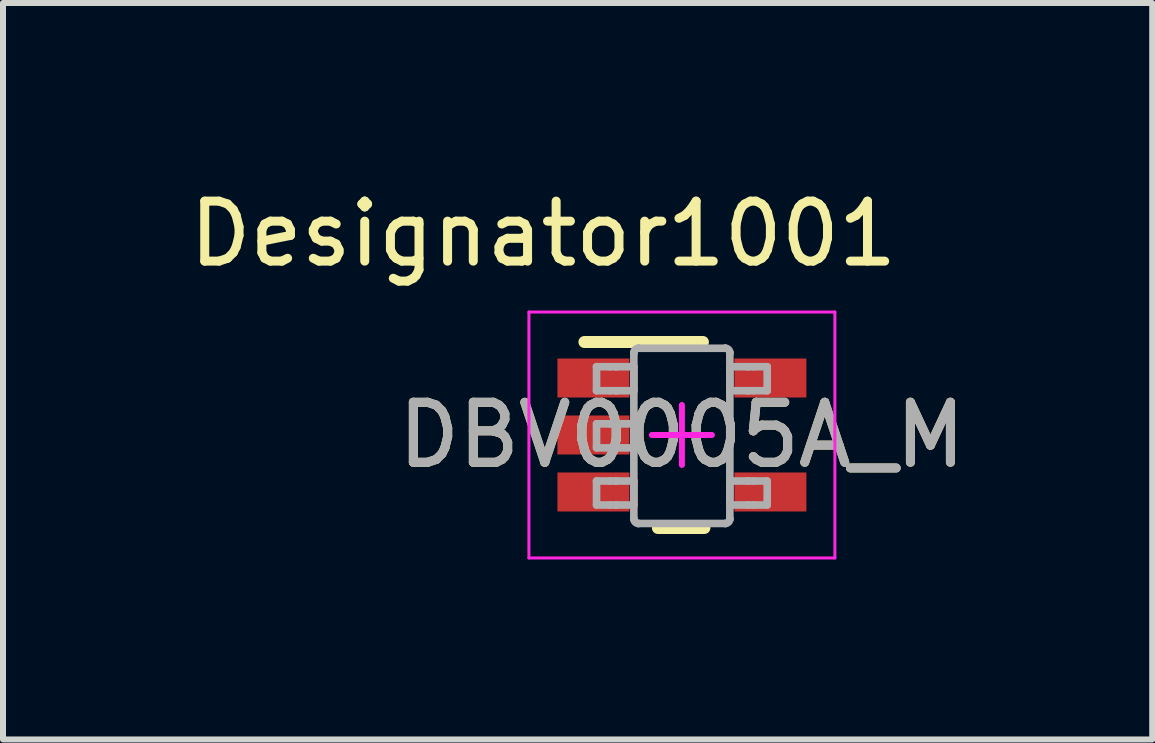
<source format=kicad_pcb>
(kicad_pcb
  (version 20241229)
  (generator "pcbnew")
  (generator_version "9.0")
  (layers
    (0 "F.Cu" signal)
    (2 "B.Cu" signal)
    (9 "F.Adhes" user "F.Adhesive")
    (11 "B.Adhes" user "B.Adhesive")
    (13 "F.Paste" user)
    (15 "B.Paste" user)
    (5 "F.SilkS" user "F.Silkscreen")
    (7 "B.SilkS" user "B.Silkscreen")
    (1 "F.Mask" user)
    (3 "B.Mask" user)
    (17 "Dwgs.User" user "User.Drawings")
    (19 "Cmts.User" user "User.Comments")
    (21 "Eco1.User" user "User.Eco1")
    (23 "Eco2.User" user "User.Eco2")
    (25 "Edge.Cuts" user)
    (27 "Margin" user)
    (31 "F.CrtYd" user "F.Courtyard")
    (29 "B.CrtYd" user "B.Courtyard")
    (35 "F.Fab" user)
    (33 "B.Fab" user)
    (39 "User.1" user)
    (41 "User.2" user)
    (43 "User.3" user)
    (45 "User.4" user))
  (footprint "DBV0005A_M"
    (layer "F.Cu")
    (at 8.317 4.201)
    (property "Reference" "DBV0005A_M" (at 0 0 0) (unlocked yes) (layer "F.SilkS") (effects (font (size 1 1) (thickness 0.15))))
    (attr smd)
    (fp_line (start -1.625 -1.55) (end 0.35 -1.55) (stroke (width 0.2) (type solid)) (layer "F.SilkS"))
    (fp_line (start -0.4 1.55) (end 0.375 1.55) (stroke (width 0.2) (type solid)) (layer "F.SilkS"))
    (fp_line (start -2.55 -2.05) (end 2.55 -2.05) (stroke (width 0.05) (type solid)) (layer "F.CrtYd"))
    (fp_line (start -2.55 2.05) (end -2.55 -2.05) (stroke (width 0.05) (type solid)) (layer "F.CrtYd"))
    (fp_line (start -2.55 2.05) (end 2.55 2.05) (stroke (width 0.05) (type solid)) (layer "F.CrtYd"))
    (fp_line (start -0.5 0) (end 0.5 0) (stroke (width 0.1) (type solid)) (layer "F.CrtYd"))
    (fp_line (start 0 0.5) (end 0 -0.5) (stroke (width 0.1) (type solid)) (layer "F.CrtYd"))
    (fp_line (start 2.55 2.05) (end 2.55 -2.05) (stroke (width 0.05) (type solid)) (layer "F.CrtYd"))
    (fp_line (start -1.423 -1.138) (end -1.199 -1.138) (stroke (width 0.127) (type solid)) (layer "F.Fab"))
    (fp_line (start -1.423 -0.738) (end -1.423 -1.138) (stroke (width 0.127) (type solid)) (layer "F.Fab"))
    (fp_line (start -1.423 -0.738) (end -1.199 -0.738) (stroke (width 0.127) (type solid)) (layer "F.Fab"))
    (fp_line (start -1.423 -0.186) (end -1.199 -0.186) (stroke (width 0.127) (type solid)) (layer "F.Fab"))
    (fp_line (start -1.423 0.215) (end -1.423 -0.186) (stroke (width 0.127) (type solid)) (layer "F.Fab"))
    (fp_line (start -1.423 0.215) (end -1.199 0.215) (stroke (width 0.127) (type solid)) (layer "F.Fab"))
    (fp_line (start -1.423 0.767) (end -1.199 0.767) (stroke (width 0.127) (type solid)) (layer "F.Fab"))
    (fp_line (start -1.423 1.167) (end -1.423 0.767) (stroke (width 0.127) (type solid)) (layer "F.Fab"))
    (fp_line (start -1.423 1.167) (end -1.199 1.167) (stroke (width 0.127) (type solid)) (layer "F.Fab"))
    (fp_line (start -1.199 -1.138) (end -1.105 -1.138) (stroke (width 0.127) (type solid)) (layer "F.Fab"))
    (fp_line (start -1.199 -0.738) (end -1.105 -0.738) (stroke (width 0.127) (type solid)) (layer "F.Fab"))
    (fp_line (start -1.199 -0.186) (end -1.105 -0.186) (stroke (width 0.127) (type solid)) (layer "F.Fab"))
    (fp_line (start -1.199 0.215) (end -1.105 0.215) (stroke (width 0.127) (type solid)) (layer "F.Fab"))
    (fp_line (start -1.199 0.767) (end -1.105 0.767) (stroke (width 0.127) (type solid)) (layer "F.Fab"))
    (fp_line (start -1.199 1.167) (end -1.105 1.167) (stroke (width 0.127) (type solid)) (layer "F.Fab"))
    (fp_line (start -1.105 -1.138) (end -1.088 -1.138) (stroke (width 0.127) (type solid)) (layer "F.Fab"))
    (fp_line (start -1.105 -0.738) (end -1.088 -0.738) (stroke (width 0.127) (type solid)) (layer "F.Fab"))
    (fp_line (start -1.105 -0.186) (end -1.088 -0.186) (stroke (width 0.127) (type solid)) (layer "F.Fab"))
    (fp_line (start -1.105 0.215) (end -1.088 0.215) (stroke (width 0.127) (type solid)) (layer "F.Fab"))
    (fp_line (start -1.105 0.767) (end -1.088 0.767) (stroke (width 0.127) (type solid)) (layer "F.Fab"))
    (fp_line (start -1.105 1.167) (end -1.088 1.167) (stroke (width 0.127) (type solid)) (layer "F.Fab"))
    (fp_line (start -1.088 -1.138) (end -0.835 -1.138) (stroke (width 0.127) (type solid)) (layer "F.Fab"))
    (fp_line (start -1.088 -0.738) (end -0.835 -0.738) (stroke (width 0.127) (type solid)) (layer "F.Fab"))
    (fp_line (start -1.088 -0.186) (end -0.835 -0.186) (stroke (width 0.127) (type solid)) (layer "F.Fab"))
    (fp_line (start -1.088 0.215) (end -0.835 0.215) (stroke (width 0.127) (type solid)) (layer "F.Fab"))
    (fp_line (start -1.088 0.767) (end -0.835 0.767) (stroke (width 0.127) (type solid)) (layer "F.Fab"))
    (fp_line (start -1.088 1.167) (end -0.835 1.167) (stroke (width 0.127) (type solid)) (layer "F.Fab"))
    (fp_line (start -0.835 -1.138) (end -0.801 -1.138) (stroke (width 0.127) (type solid)) (layer "F.Fab"))
    (fp_line (start -0.835 -0.738) (end -0.801 -0.738) (stroke (width 0.127) (type solid)) (layer "F.Fab"))
    (fp_line (start -0.835 -0.186) (end -0.801 -0.186) (stroke (width 0.127) (type solid)) (layer "F.Fab"))
    (fp_line (start -0.835 0.215) (end -0.801 0.215) (stroke (width 0.127) (type solid)) (layer "F.Fab"))
    (fp_line (start -0.835 0.767) (end -0.801 0.767) (stroke (width 0.127) (type solid)) (layer "F.Fab"))
    (fp_line (start -0.835 1.167) (end -0.801 1.167) (stroke (width 0.127) (type solid)) (layer "F.Fab"))
    (fp_line (start -0.801 -1.37) (end -0.801 -1.371) (stroke (width 0.127) (type solid)) (layer "F.Fab"))
    (fp_line (start -0.801 -0.738) (end -0.801 -1.138) (stroke (width 0.127) (type solid)) (layer "F.Fab"))
    (fp_line (start -0.801 0.215) (end -0.801 -0.186) (stroke (width 0.127) (type solid)) (layer "F.Fab"))
    (fp_line (start -0.801 1.167) (end -0.801 0.767) (stroke (width 0.127) (type solid)) (layer "F.Fab"))
    (fp_line (start -0.801 1.399) (end -0.801 -1.37) (stroke (width 0.127) (type solid)) (layer "F.Fab"))
    (fp_line (start -0.801 1.4) (end -0.801 1.399) (stroke (width 0.127) (type solid)) (layer "F.Fab"))
    (fp_line (start -0.725 -1.446) (end -0.725 -1.446) (stroke (width 0.127) (type solid)) (layer "F.Fab"))
    (fp_line (start -0.725 1.475) (end -0.725 1.475) (stroke (width 0.127) (type solid)) (layer "F.Fab"))
    (fp_line (start -0.725 -1.446) (end 0.723 -1.446) (stroke (width 0.127) (type solid)) (layer "F.Fab"))
    (fp_line (start -0.725 1.475) (end 0.723 1.475) (stroke (width 0.127) (type solid)) (layer "F.Fab"))
    (fp_line (start 0.723 -1.446) (end 0.724 -1.446) (stroke (width 0.127) (type solid)) (layer "F.Fab"))
    (fp_line (start 0.723 1.475) (end 0.724 1.475) (stroke (width 0.127) (type solid)) (layer "F.Fab"))
    (fp_line (start 0.799 -1.37) (end 0.799 -1.371) (stroke (width 0.127) (type solid)) (layer "F.Fab"))
    (fp_line (start 0.799 -1.138) (end 0.834 -1.138) (stroke (width 0.127) (type solid)) (layer "F.Fab"))
    (fp_line (start 0.799 -0.738) (end 0.799 -1.138) (stroke (width 0.127) (type solid)) (layer "F.Fab"))
    (fp_line (start 0.799 -0.738) (end 0.834 -0.738) (stroke (width 0.127) (type solid)) (layer "F.Fab"))
    (fp_line (start 0.799 0.767) (end 0.834 0.767) (stroke (width 0.127) (type solid)) (layer "F.Fab"))
    (fp_line (start 0.799 1.167) (end 0.799 0.767) (stroke (width 0.127) (type solid)) (layer "F.Fab"))
    (fp_line (start 0.799 1.167) (end 0.834 1.167) (stroke (width 0.127) (type solid)) (layer "F.Fab"))
    (fp_line (start 0.799 1.399) (end 0.799 -1.37) (stroke (width 0.127) (type solid)) (layer "F.Fab"))
    (fp_line (start 0.799 1.4) (end 0.799 1.399) (stroke (width 0.127) (type solid)) (layer "F.Fab"))
    (fp_line (start 0.834 -1.138) (end 1.087 -1.138) (stroke (width 0.127) (type solid)) (layer "F.Fab"))
    (fp_line (start 0.834 -0.738) (end 1.087 -0.738) (stroke (width 0.127) (type solid)) (layer "F.Fab"))
    (fp_line (start 0.834 0.767) (end 1.087 0.767) (stroke (width 0.127) (type solid)) (layer "F.Fab"))
    (fp_line (start 0.834 1.167) (end 1.087 1.167) (stroke (width 0.127) (type solid)) (layer "F.Fab"))
    (fp_line (start 1.087 -1.138) (end 1.103 -1.138) (stroke (width 0.127) (type solid)) (layer "F.Fab"))
    (fp_line (start 1.087 -0.738) (end 1.103 -0.738) (stroke (width 0.127) (type solid)) (layer "F.Fab"))
    (fp_line (start 1.087 0.767) (end 1.103 0.767) (stroke (width 0.127) (type solid)) (layer "F.Fab"))
    (fp_line (start 1.087 1.167) (end 1.103 1.167) (stroke (width 0.127) (type solid)) (layer "F.Fab"))
    (fp_line (start 1.103 -1.138) (end 1.198 -1.138) (stroke (width 0.127) (type solid)) (layer "F.Fab"))
    (fp_line (start 1.103 -0.738) (end 1.198 -0.738) (stroke (width 0.127) (type solid)) (layer "F.Fab"))
    (fp_line (start 1.103 0.767) (end 1.198 0.767) (stroke (width 0.127) (type solid)) (layer "F.Fab"))
    (fp_line (start 1.103 1.167) (end 1.198 1.167) (stroke (width 0.127) (type solid)) (layer "F.Fab"))
    (fp_line (start 1.198 -1.138) (end 1.422 -1.138) (stroke (width 0.127) (type solid)) (layer "F.Fab"))
    (fp_line (start 1.198 -0.738) (end 1.422 -0.738) (stroke (width 0.127) (type solid)) (layer "F.Fab"))
    (fp_line (start 1.198 0.767) (end 1.422 0.767) (stroke (width 0.127) (type solid)) (layer "F.Fab"))
    (fp_line (start 1.198 1.167) (end 1.422 1.167) (stroke (width 0.127) (type solid)) (layer "F.Fab"))
    (fp_line (start 1.422 -0.738) (end 1.422 -1.138) (stroke (width 0.127) (type solid)) (layer "F.Fab"))
    (fp_line (start 1.422 1.167) (end 1.422 0.767) (stroke (width 0.127) (type solid)) (layer "F.Fab"))
    (fp_arc (start -0.80074 -1.37084) (mid -0.778218 -1.423887) (end -0.724999 -1.445998) (stroke (width 0.127) (type solid)) (layer "F.Fab"))
    (fp_arc (start -0.724999 1.475) (mid -0.778213 1.452901) (end -0.80074 1.399867) (stroke (width 0.127) (type solid)) (layer "F.Fab"))
    (fp_arc (start 0.723714 -1.445998) (mid 0.776933 -1.423887) (end 0.799455 -1.37084) (stroke (width 0.127) (type solid)) (layer "F.Fab"))
    (fp_arc (start 0.799455 1.399868) (mid 0.776927 1.452901) (end 0.723713 1.475) (stroke (width 0.127) (type solid)) (layer "F.Fab"))
    (fp_text user "Designator1001" (at -2.311 -3.353 0) (unlocked yes) (layer "F.SilkS") (effects (font (size 1 1) (thickness 0.15))))
    (fp_text user "${REFERENCE}" (at 0 0 0) (unlocked yes) (layer "F.Fab") (effects (font (size 1 1) (thickness 0.15))))
    (pad "1" smd rect (at -1.475 -0.95 90) (size 0.65 1.2) (layers "F.Cu" "F.Mask" "F.Paste"))
    (pad "2" smd rect (at -1.475 0 90) (size 0.65 1.2) (layers "F.Cu" "F.Mask" "F.Paste"))
    (pad "3" smd rect (at -1.475 0.95 90) (size 0.65 1.2) (layers "F.Cu" "F.Mask" "F.Paste"))
    (pad "4" smd rect (at 1.475 0.95 90) (size 0.65 1.2) (layers "F.Cu" "F.Mask" "F.Paste"))
    (pad "5" smd rect (at 1.475 -0.95 90) (size 0.65 1.2) (layers "F.Cu" "F.Mask" "F.Paste")))
  (gr_rect
    (start -3 -3)
    (end 16.157 9.276)
    (stroke (width 0.1) (type default))
    (fill no)
    (layer "Edge.Cuts")))
</source>
